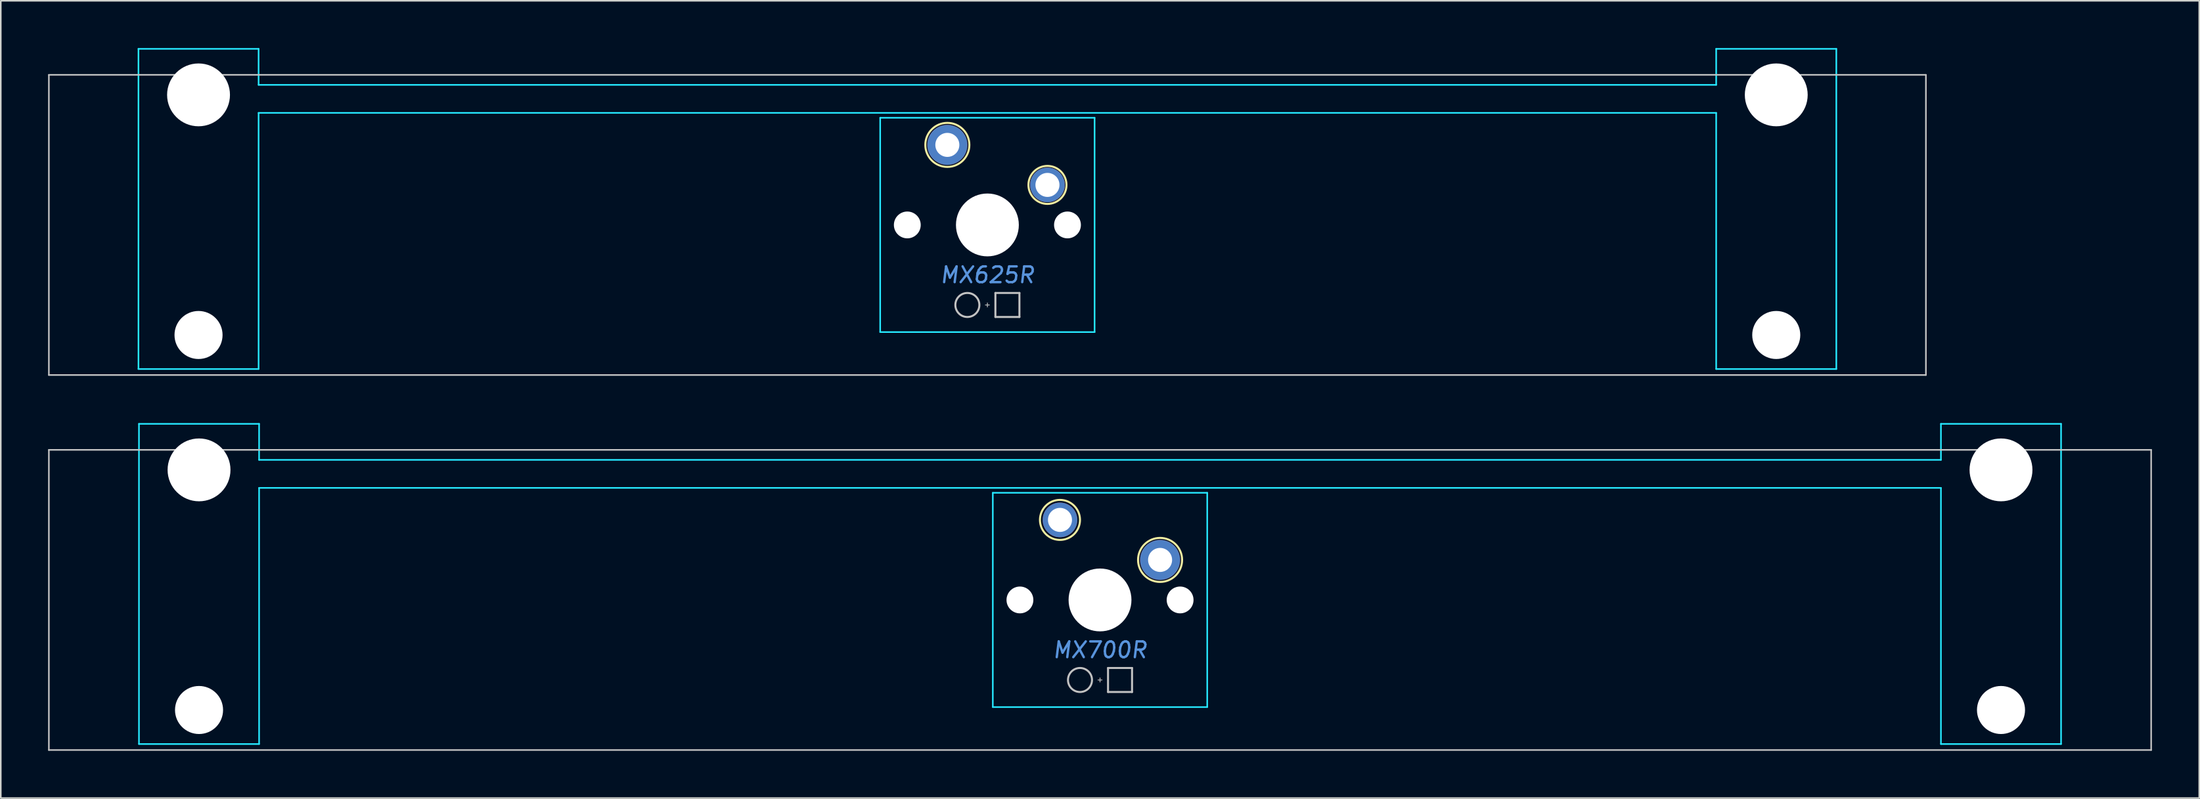
<source format=kicad_pcb>
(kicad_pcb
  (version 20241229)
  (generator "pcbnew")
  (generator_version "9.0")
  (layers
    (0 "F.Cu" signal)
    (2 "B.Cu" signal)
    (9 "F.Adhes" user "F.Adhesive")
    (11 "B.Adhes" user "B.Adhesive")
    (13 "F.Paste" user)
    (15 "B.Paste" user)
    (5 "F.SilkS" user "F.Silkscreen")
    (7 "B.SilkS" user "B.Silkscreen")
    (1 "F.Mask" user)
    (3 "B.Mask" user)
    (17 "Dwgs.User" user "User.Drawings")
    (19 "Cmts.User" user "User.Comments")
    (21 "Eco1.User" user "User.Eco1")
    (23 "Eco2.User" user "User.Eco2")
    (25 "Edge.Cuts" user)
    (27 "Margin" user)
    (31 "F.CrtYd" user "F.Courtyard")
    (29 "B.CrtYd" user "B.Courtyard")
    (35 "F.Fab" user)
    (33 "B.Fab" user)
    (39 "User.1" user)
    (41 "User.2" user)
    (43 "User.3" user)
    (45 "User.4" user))
  (footprint "MX625R"
    (layer "F.Cu")
    (at 59.581 11.226)
    (property "Reference" "MX625R" (at 0 3.175 0) (layer "Cmts.User") (effects (font (size 1 1) (thickness 0.15) (italic yes))))
    (attr through_hole)
    (fp_circle (center -2.54 -5.08) (end -1.143 -5.08) (stroke (width 0.127) (type solid)) (fill no) (layer "F.SilkS"))
    (fp_circle (center 3.81 -2.54) (end 5.016 -2.54) (stroke (width 0.127) (type solid)) (fill no) (layer "F.SilkS"))
    (fp_line (start -59.531 -9.525) (end -59.531 9.525) (stroke (width 0.1) (type solid)) (layer "Dwgs.User"))
    (fp_line (start -59.531 -9.525) (end 59.531 -9.525) (stroke (width 0.1) (type solid)) (layer "Dwgs.User"))
    (fp_line (start -59.531 9.525) (end 59.531 9.525) (stroke (width 0.1) (type solid)) (layer "Dwgs.User"))
    (fp_line (start -0.127 5.08) (end 0.127 5.08) (stroke (width 0.051) (type solid)) (layer "Dwgs.User"))
    (fp_line (start 0 5.207) (end 0 4.953) (stroke (width 0.051) (type solid)) (layer "Dwgs.User"))
    (fp_line (start 0.508 4.318) (end 0.508 5.842) (stroke (width 0.127) (type solid)) (layer "Dwgs.User"))
    (fp_line (start 0.508 4.318) (end 2.032 4.318) (stroke (width 0.127) (type solid)) (layer "Dwgs.User"))
    (fp_line (start 0.508 5.842) (end 2.032 5.842) (stroke (width 0.127) (type solid)) (layer "Dwgs.User"))
    (fp_line (start 2.032 5.842) (end 2.032 4.318) (stroke (width 0.127) (type solid)) (layer "Dwgs.User"))
    (fp_line (start 59.531 -9.525) (end 59.531 9.525) (stroke (width 0.1) (type solid)) (layer "Dwgs.User"))
    (fp_circle (center -1.27 5.08) (end -0.508 5.08) (stroke (width 0.127) (type solid)) (fill no) (layer "Dwgs.User"))
    (fp_line (start -53.848 9.144) (end -53.848 -11.176) (stroke (width 0.1) (type solid)) (layer "B.CrtYd"))
    (fp_line (start -46.228 -11.176) (end -53.848 -11.176) (stroke (width 0.1) (type solid)) (layer "B.CrtYd"))
    (fp_line (start -46.228 -8.89) (end -46.228 -11.176) (stroke (width 0.1) (type solid)) (layer "B.CrtYd"))
    (fp_line (start -46.228 -7.112) (end -46.228 9.144) (stroke (width 0.1) (type solid)) (layer "B.CrtYd"))
    (fp_line (start -46.228 9.144) (end -53.848 9.144) (stroke (width 0.1) (type solid)) (layer "B.CrtYd"))
    (fp_line (start -6.8 -6.8) (end -6.8 6.8) (stroke (width 0.1) (type solid)) (layer "B.CrtYd"))
    (fp_line (start -6.8 -6.8) (end 6.8 -6.8) (stroke (width 0.1) (type solid)) (layer "B.CrtYd"))
    (fp_line (start -6.8 6.8) (end 6.8 6.8) (stroke (width 0.1) (type solid)) (layer "B.CrtYd"))
    (fp_line (start 6.8 6.8) (end 6.8 -6.8) (stroke (width 0.1) (type solid)) (layer "B.CrtYd"))
    (fp_line (start 46.228 -8.89) (end -46.228 -8.89) (stroke (width 0.1) (type solid)) (layer "B.CrtYd"))
    (fp_line (start 46.228 -8.89) (end 46.228 -11.176) (stroke (width 0.1) (type solid)) (layer "B.CrtYd"))
    (fp_line (start 46.228 -7.112) (end -46.228 -7.112) (stroke (width 0.1) (type solid)) (layer "B.CrtYd"))
    (fp_line (start 46.228 -7.112) (end 46.228 9.144) (stroke (width 0.1) (type solid)) (layer "B.CrtYd"))
    (fp_line (start 53.848 -11.176) (end 46.228 -11.176) (stroke (width 0.1) (type solid)) (layer "B.CrtYd"))
    (fp_line (start 53.848 9.144) (end 46.228 9.144) (stroke (width 0.1) (type solid)) (layer "B.CrtYd"))
    (fp_line (start 53.848 9.144) (end 53.848 -11.176) (stroke (width 0.1) (type solid)) (layer "B.CrtYd"))
    (pad "" np_thru_hole circle (at -50.038 -8.255) (size 3.988 3.988) (drill 3.988) (layers "*.Cu" "*.Mask"))
    (pad "" np_thru_hole circle (at -50.038 6.985) (size 3.048 3.048) (drill 3.048) (layers "*.Cu" "*.Mask"))
    (pad "" np_thru_hole circle (at -5.08 0) (size 1.702 1.702) (drill 1.702) (layers "*.Cu" "*.Mask"))
    (pad "" np_thru_hole circle (at 0 0) (size 3.988 3.988) (drill 3.988) (layers "*.Cu" "*.Mask"))
    (pad "" np_thru_hole circle (at 5.08 0) (size 1.702 1.702) (drill 1.702) (layers "*.Cu" "*.Mask"))
    (pad "" np_thru_hole circle (at 50.038 -8.255) (size 3.988 3.988) (drill 3.988) (layers "*.Cu" "*.Mask"))
    (pad "" np_thru_hole circle (at 50.038 6.985) (size 3.048 3.048) (drill 3.048) (layers "*.Cu" "*.Mask"))
    (pad "1" thru_hole circle (at -2.54 -5.08) (size 2.54 2.54) (drill 1.524) (layers "*.Cu" "*.Mask"))
    (pad "2" thru_hole circle (at 3.81 -2.54) (size 2.2 2.2) (drill 1.524) (layers "*.Cu" "*.Mask")))
  (footprint "MX700R"
    (layer "F.Cu")
    (at 66.725 35.027)
    (property "Reference" "MX700R" (at 0 3.175 0) (layer "Cmts.User") (effects (font (size 1 1) (thickness 0.15) (italic yes))))
    (attr through_hole)
    (fp_circle (center -2.54 -5.08) (end -1.27 -5.08) (stroke (width 0.127) (type solid)) (fill no) (layer "F.SilkS"))
    (fp_circle (center 3.81 -2.54) (end 5.207 -2.54) (stroke (width 0.127) (type solid)) (fill no) (layer "F.SilkS"))
    (fp_line (start -66.675 -9.525) (end -66.675 9.525) (stroke (width 0.1) (type solid)) (layer "Dwgs.User"))
    (fp_line (start -66.675 -9.525) (end 66.675 -9.525) (stroke (width 0.1) (type solid)) (layer "Dwgs.User"))
    (fp_line (start -66.675 9.525) (end 66.675 9.525) (stroke (width 0.1) (type solid)) (layer "Dwgs.User"))
    (fp_line (start -0.127 5.08) (end 0.127 5.08) (stroke (width 0.051) (type solid)) (layer "Dwgs.User"))
    (fp_line (start 0 4.953) (end 0 5.207) (stroke (width 0.051) (type solid)) (layer "Dwgs.User"))
    (fp_line (start 0.508 4.318) (end 0.508 5.842) (stroke (width 0.127) (type solid)) (layer "Dwgs.User"))
    (fp_line (start 0.508 4.318) (end 2.032 4.318) (stroke (width 0.127) (type solid)) (layer "Dwgs.User"))
    (fp_line (start 0.508 5.842) (end 2.032 5.842) (stroke (width 0.127) (type solid)) (layer "Dwgs.User"))
    (fp_line (start 2.032 5.842) (end 2.032 4.318) (stroke (width 0.127) (type solid)) (layer "Dwgs.User"))
    (fp_line (start 66.675 -9.525) (end 66.675 9.525) (stroke (width 0.1) (type solid)) (layer "Dwgs.User"))
    (fp_circle (center -1.27 5.08) (end -0.508 5.08) (stroke (width 0.127) (type solid)) (fill no) (layer "Dwgs.User"))
    (fp_line (start -60.96 9.144) (end -60.96 -11.176) (stroke (width 0.1) (type solid)) (layer "B.CrtYd"))
    (fp_line (start -53.34 -11.176) (end -60.96 -11.176) (stroke (width 0.1) (type solid)) (layer "B.CrtYd"))
    (fp_line (start -53.34 -8.89) (end -53.34 -11.176) (stroke (width 0.1) (type solid)) (layer "B.CrtYd"))
    (fp_line (start -53.34 -7.112) (end -53.34 9.144) (stroke (width 0.1) (type solid)) (layer "B.CrtYd"))
    (fp_line (start -53.34 9.144) (end -60.96 9.144) (stroke (width 0.1) (type solid)) (layer "B.CrtYd"))
    (fp_line (start -6.8 -6.8) (end -6.8 6.8) (stroke (width 0.1) (type solid)) (layer "B.CrtYd"))
    (fp_line (start -6.8 -6.8) (end 6.8 -6.8) (stroke (width 0.1) (type solid)) (layer "B.CrtYd"))
    (fp_line (start -6.8 6.8) (end 6.8 6.8) (stroke (width 0.1) (type solid)) (layer "B.CrtYd"))
    (fp_line (start 6.8 6.8) (end 6.8 -6.8) (stroke (width 0.1) (type solid)) (layer "B.CrtYd"))
    (fp_line (start 53.34 -8.89) (end -53.34 -8.89) (stroke (width 0.1) (type solid)) (layer "B.CrtYd"))
    (fp_line (start 53.34 -8.89) (end 53.34 -11.176) (stroke (width 0.1) (type solid)) (layer "B.CrtYd"))
    (fp_line (start 53.34 -7.112) (end -53.34 -7.112) (stroke (width 0.1) (type solid)) (layer "B.CrtYd"))
    (fp_line (start 53.34 -7.112) (end 53.34 9.144) (stroke (width 0.1) (type solid)) (layer "B.CrtYd"))
    (fp_line (start 60.96 -11.176) (end 53.34 -11.176) (stroke (width 0.1) (type solid)) (layer "B.CrtYd"))
    (fp_line (start 60.96 9.144) (end 53.34 9.144) (stroke (width 0.1) (type solid)) (layer "B.CrtYd"))
    (fp_line (start 60.96 9.144) (end 60.96 -11.176) (stroke (width 0.1) (type solid)) (layer "B.CrtYd"))
    (pad "" np_thru_hole circle (at -57.15 -8.255) (size 3.988 3.988) (drill 3.988) (layers "*.Cu" "*.Mask"))
    (pad "" np_thru_hole circle (at -57.15 6.985) (size 3.048 3.048) (drill 3.048) (layers "*.Cu" "*.Mask"))
    (pad "" np_thru_hole circle (at -5.08 0) (size 1.702 1.702) (drill 1.702) (layers "*.Cu" "*.Mask"))
    (pad "" np_thru_hole circle (at 0 0) (size 3.988 3.988) (drill 3.988) (layers "*.Cu" "*.Mask"))
    (pad "" np_thru_hole circle (at 5.08 0) (size 1.702 1.702) (drill 1.702) (layers "*.Cu" "*.Mask"))
    (pad "" np_thru_hole circle (at 57.15 -8.255) (size 3.988 3.988) (drill 3.988) (layers "*.Cu" "*.Mask"))
    (pad "" np_thru_hole circle (at 57.15 6.985) (size 3.048 3.048) (drill 3.048) (layers "*.Cu" "*.Mask"))
    (pad "1" thru_hole circle (at -2.54 -5.08) (size 2.2 2.2) (drill 1.524) (layers "*.Cu" "*.Mask"))
    (pad "2" thru_hole circle (at 3.81 -2.54) (size 2.54 2.54) (drill 1.524) (layers "*.Cu" "*.Mask")))
  (gr_rect
    (start -3 -3)
    (end 136.45 47.602)
    (stroke (width 0.1) (type default))
    (fill no)
    (layer "Edge.Cuts")))
</source>
